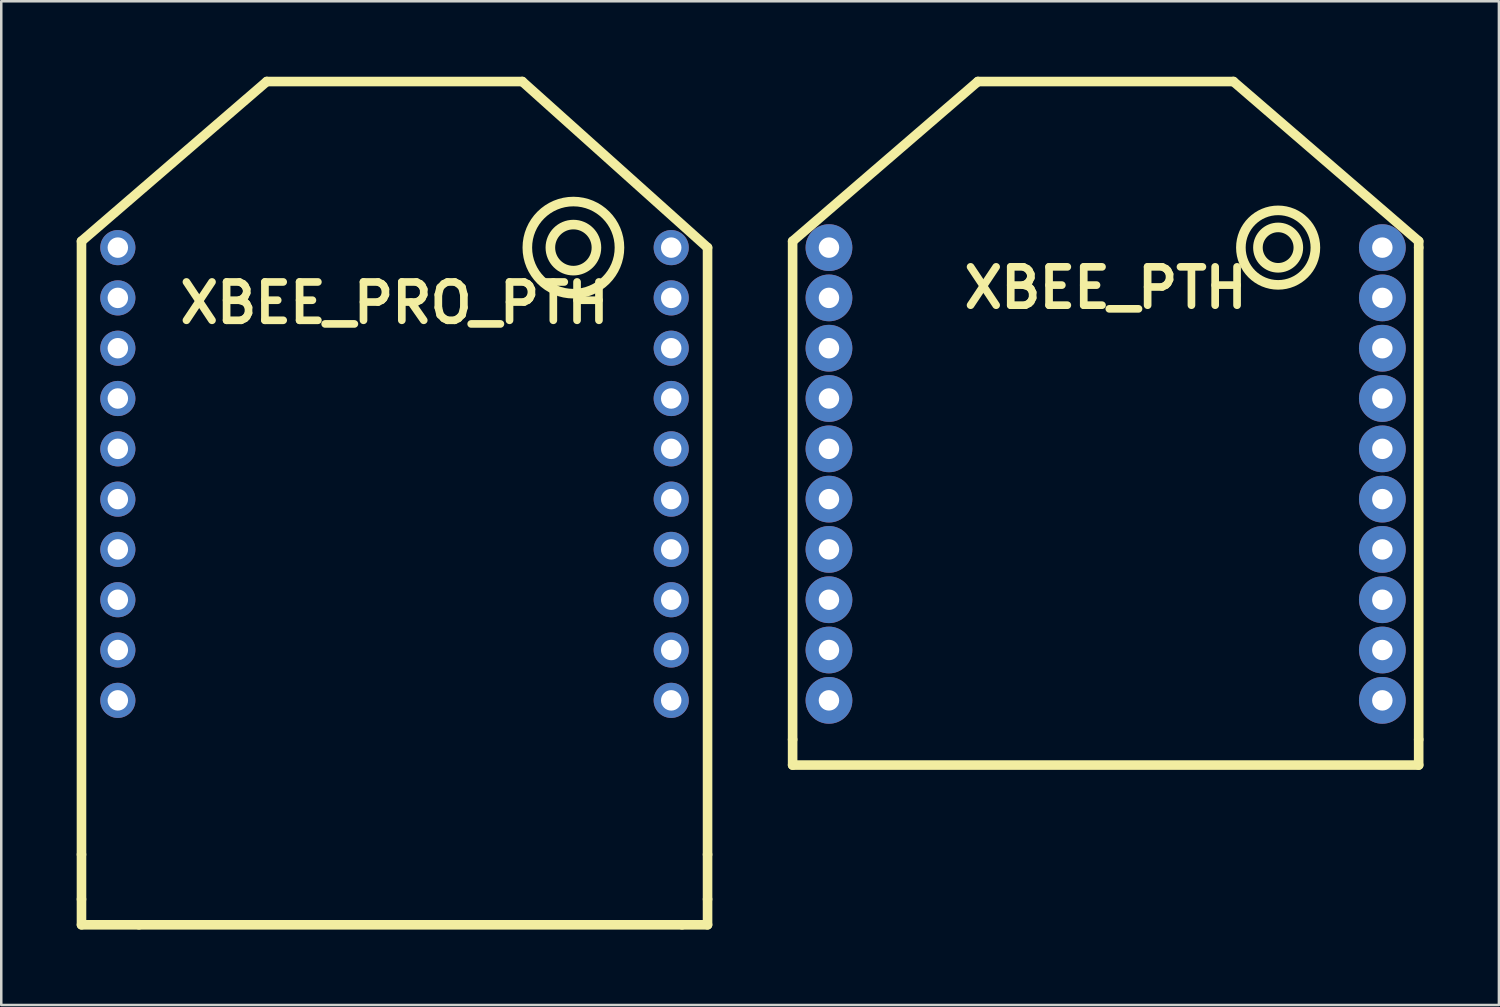
<source format=kicad_pcb>
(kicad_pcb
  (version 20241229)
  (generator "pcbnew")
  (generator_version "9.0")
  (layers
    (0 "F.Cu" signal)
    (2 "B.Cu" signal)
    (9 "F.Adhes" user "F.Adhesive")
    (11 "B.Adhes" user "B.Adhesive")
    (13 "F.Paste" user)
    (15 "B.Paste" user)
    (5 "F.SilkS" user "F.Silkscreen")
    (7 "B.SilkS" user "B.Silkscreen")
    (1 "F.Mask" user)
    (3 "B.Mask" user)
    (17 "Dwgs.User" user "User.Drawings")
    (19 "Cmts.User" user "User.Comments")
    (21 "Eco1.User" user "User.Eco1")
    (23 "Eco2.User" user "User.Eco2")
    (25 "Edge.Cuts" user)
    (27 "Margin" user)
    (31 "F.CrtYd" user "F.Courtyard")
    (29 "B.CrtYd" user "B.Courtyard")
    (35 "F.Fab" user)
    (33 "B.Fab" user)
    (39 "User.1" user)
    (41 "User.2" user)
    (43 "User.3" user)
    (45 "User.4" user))
  (footprint "XBEE_PRO_PTH"
    (layer "F.Cu")
    (at 12.636 6.795)
    (property "Reference" "XBEE_PRO_PTH" (at 0 2.2 0) (layer "F.SilkS") (effects (font (size 1.524 1.524) (thickness 0.305))))
    (attr through_hole)
    (fp_line (start -12.446 -0.254) (end -5.08 -6.604) (stroke (width 0.381) (type solid)) (layer "F.SilkS"))
    (fp_line (start -12.446 24.13) (end -12.446 -0.254) (stroke (width 0.381) (type solid)) (layer "F.SilkS"))
    (fp_line (start -12.446 24.13) (end -12.446 25.908) (stroke (width 0.381) (type solid)) (layer "F.SilkS"))
    (fp_line (start -12.446 25.908) (end -12.446 26.924) (stroke (width 0.381) (type solid)) (layer "F.SilkS"))
    (fp_line (start -10.16 26.924) (end -12.446 26.924) (stroke (width 0.381) (type solid)) (layer "F.SilkS"))
    (fp_line (start -10.16 26.924) (end 11.43 26.924) (stroke (width 0.381) (type solid)) (layer "F.SilkS"))
    (fp_line (start -5.08 -6.604) (end 5.08 -6.604) (stroke (width 0.381) (type solid)) (layer "F.SilkS"))
    (fp_line (start 5.08 -6.604) (end 12.446 0) (stroke (width 0.381) (type solid)) (layer "F.SilkS"))
    (fp_line (start 11.43 26.924) (end 12.446 26.924) (stroke (width 0.381) (type solid)) (layer "F.SilkS"))
    (fp_line (start 12.446 0) (end 12.446 24.13) (stroke (width 0.381) (type solid)) (layer "F.SilkS"))
    (fp_line (start 12.446 24.13) (end 12.446 25.908) (stroke (width 0.381) (type solid)) (layer "F.SilkS"))
    (fp_line (start 12.446 25.908) (end 12.446 26.924) (stroke (width 0.381) (type solid)) (layer "F.SilkS"))
    (fp_circle (center 7.112 0) (end 7.874 0.508) (stroke (width 0.381) (type solid)) (fill no) (layer "F.SilkS"))
    (fp_circle (center 7.112 0) (end 8.636 1.016) (stroke (width 0.381) (type solid)) (fill no) (layer "F.SilkS"))
    (pad "1" thru_hole circle (at -11.001 0) (size 1.397 1.397) (drill 0.813) (layers "*.Cu" "*.Mask"))
    (pad "2" thru_hole circle (at -11.001 1.999) (size 1.397 1.397) (drill 0.813) (layers "*.Cu" "*.Mask"))
    (pad "3" thru_hole circle (at -11.001 4) (size 1.397 1.397) (drill 0.813) (layers "*.Cu" "*.Mask"))
    (pad "4" thru_hole circle (at -11.001 5.999) (size 1.397 1.397) (drill 0.813) (layers "*.Cu" "*.Mask"))
    (pad "5" thru_hole circle (at -11.001 8.001) (size 1.397 1.397) (drill 0.813) (layers "*.Cu" "*.Mask"))
    (pad "6" thru_hole circle (at -11.001 10) (size 1.397 1.397) (drill 0.813) (layers "*.Cu" "*.Mask"))
    (pad "7" thru_hole circle (at -11.001 11.999) (size 1.397 1.397) (drill 0.813) (layers "*.Cu" "*.Mask"))
    (pad "8" thru_hole circle (at -11.001 14) (size 1.397 1.397) (drill 0.813) (layers "*.Cu" "*.Mask"))
    (pad "9" thru_hole circle (at -11.001 15.999) (size 1.397 1.397) (drill 0.813) (layers "*.Cu" "*.Mask"))
    (pad "10" thru_hole circle (at -11.001 18.001) (size 1.397 1.397) (drill 0.813) (layers "*.Cu" "*.Mask"))
    (pad "11" thru_hole circle (at 11.001 18.001) (size 1.397 1.397) (drill 0.813) (layers "*.Cu" "*.Mask"))
    (pad "12" thru_hole circle (at 11.001 15.999) (size 1.397 1.397) (drill 0.813) (layers "*.Cu" "*.Mask"))
    (pad "13" thru_hole circle (at 11.001 14) (size 1.397 1.397) (drill 0.813) (layers "*.Cu" "*.Mask"))
    (pad "14" thru_hole circle (at 11.001 11.999) (size 1.397 1.397) (drill 0.813) (layers "*.Cu" "*.Mask"))
    (pad "15" thru_hole circle (at 11.001 10) (size 1.397 1.397) (drill 0.813) (layers "*.Cu" "*.Mask"))
    (pad "16" thru_hole circle (at 11.001 8.001) (size 1.397 1.397) (drill 0.813) (layers "*.Cu" "*.Mask"))
    (pad "17" thru_hole circle (at 11.001 5.999) (size 1.397 1.397) (drill 0.813) (layers "*.Cu" "*.Mask"))
    (pad "18" thru_hole circle (at 11.001 4) (size 1.397 1.397) (drill 0.813) (layers "*.Cu" "*.Mask"))
    (pad "19" thru_hole circle (at 11.001 1.999) (size 1.397 1.397) (drill 0.813) (layers "*.Cu" "*.Mask"))
    (pad "20" thru_hole circle (at 11.001 0) (size 1.397 1.397) (drill 0.813) (layers "*.Cu" "*.Mask")))
  (footprint "XBEE_PTH"
    (layer "F.Cu")
    (at 40.91 6.795)
    (property "Reference" "XBEE_PTH" (at 0 1.6 0) (layer "F.SilkS") (effects (font (size 1.524 1.524) (thickness 0.305))))
    (attr through_hole)
    (fp_line (start -12.446 -0.254) (end -5.08 -6.604) (stroke (width 0.381) (type solid)) (layer "F.SilkS"))
    (fp_line (start -12.446 19.558) (end -12.446 -0.254) (stroke (width 0.381) (type solid)) (layer "F.SilkS"))
    (fp_line (start -12.446 19.558) (end -12.446 20.574) (stroke (width 0.381) (type solid)) (layer "F.SilkS"))
    (fp_line (start -12.446 20.574) (end 12.446 20.574) (stroke (width 0.381) (type solid)) (layer "F.SilkS"))
    (fp_line (start -5.08 -6.604) (end 5.08 -6.604) (stroke (width 0.381) (type solid)) (layer "F.SilkS"))
    (fp_line (start 12.446 -0.254) (end 5.08 -6.604) (stroke (width 0.381) (type solid)) (layer "F.SilkS"))
    (fp_line (start 12.446 0) (end 12.446 -0.254) (stroke (width 0.381) (type solid)) (layer "F.SilkS"))
    (fp_line (start 12.446 19.558) (end 12.446 0) (stroke (width 0.381) (type solid)) (layer "F.SilkS"))
    (fp_line (start 12.446 19.558) (end 12.446 20.574) (stroke (width 0.381) (type solid)) (layer "F.SilkS"))
    (fp_circle (center 6.858 0) (end 7.62 0.254) (stroke (width 0.381) (type solid)) (fill no) (layer "F.SilkS"))
    (fp_circle (center 6.858 0) (end 8.128 0.762) (stroke (width 0.381) (type solid)) (fill no) (layer "F.SilkS"))
    (pad "1" thru_hole circle (at -11.001 0) (size 1.859 1.859) (drill 0.813) (layers "*.Cu"))
    (pad "2" thru_hole circle (at -11.001 1.999) (size 1.859 1.859) (drill 0.813) (layers "*.Cu"))
    (pad "3" thru_hole circle (at -11.001 4) (size 1.859 1.859) (drill 0.813) (layers "*.Cu"))
    (pad "4" thru_hole circle (at -11.001 5.999) (size 1.859 1.859) (drill 0.813) (layers "*.Cu"))
    (pad "5" thru_hole circle (at -11.001 8.001) (size 1.859 1.859) (drill 0.813) (layers "*.Cu"))
    (pad "6" thru_hole circle (at -11.001 10) (size 1.859 1.859) (drill 0.813) (layers "*.Cu"))
    (pad "7" thru_hole circle (at -11.001 11.999) (size 1.859 1.859) (drill 0.813) (layers "*.Cu"))
    (pad "8" thru_hole circle (at -11.001 14) (size 1.859 1.859) (drill 0.813) (layers "*.Cu"))
    (pad "9" thru_hole circle (at -11.001 15.999) (size 1.859 1.859) (drill 0.813) (layers "*.Cu"))
    (pad "10" thru_hole circle (at -11.001 18.001) (size 1.859 1.859) (drill 0.813) (layers "*.Cu"))
    (pad "11" thru_hole circle (at 11.001 18.001) (size 1.859 1.859) (drill 0.813) (layers "*.Cu"))
    (pad "12" thru_hole circle (at 11.001 15.999) (size 1.859 1.859) (drill 0.813) (layers "*.Cu"))
    (pad "13" thru_hole circle (at 11.001 14) (size 1.859 1.859) (drill 0.813) (layers "*.Cu"))
    (pad "14" thru_hole circle (at 11.001 11.999) (size 1.859 1.859) (drill 0.813) (layers "*.Cu"))
    (pad "15" thru_hole circle (at 11.001 10) (size 1.859 1.859) (drill 0.813) (layers "*.Cu"))
    (pad "16" thru_hole circle (at 11.001 8.001) (size 1.859 1.859) (drill 0.813) (layers "*.Cu"))
    (pad "17" thru_hole circle (at 11.001 5.999) (size 1.859 1.859) (drill 0.813) (layers "*.Cu"))
    (pad "18" thru_hole circle (at 11.001 4) (size 1.859 1.859) (drill 0.813) (layers "*.Cu"))
    (pad "19" thru_hole circle (at 11.001 1.999) (size 1.859 1.859) (drill 0.813) (layers "*.Cu"))
    (pad "20" thru_hole circle (at 11.001 0) (size 1.859 1.859) (drill 0.813) (layers "*.Cu")))
  (gr_rect
    (start -3 -3)
    (end 56.546 36.909)
    (stroke (width 0.1) (type default))
    (fill no)
    (layer "Edge.Cuts")))
</source>
